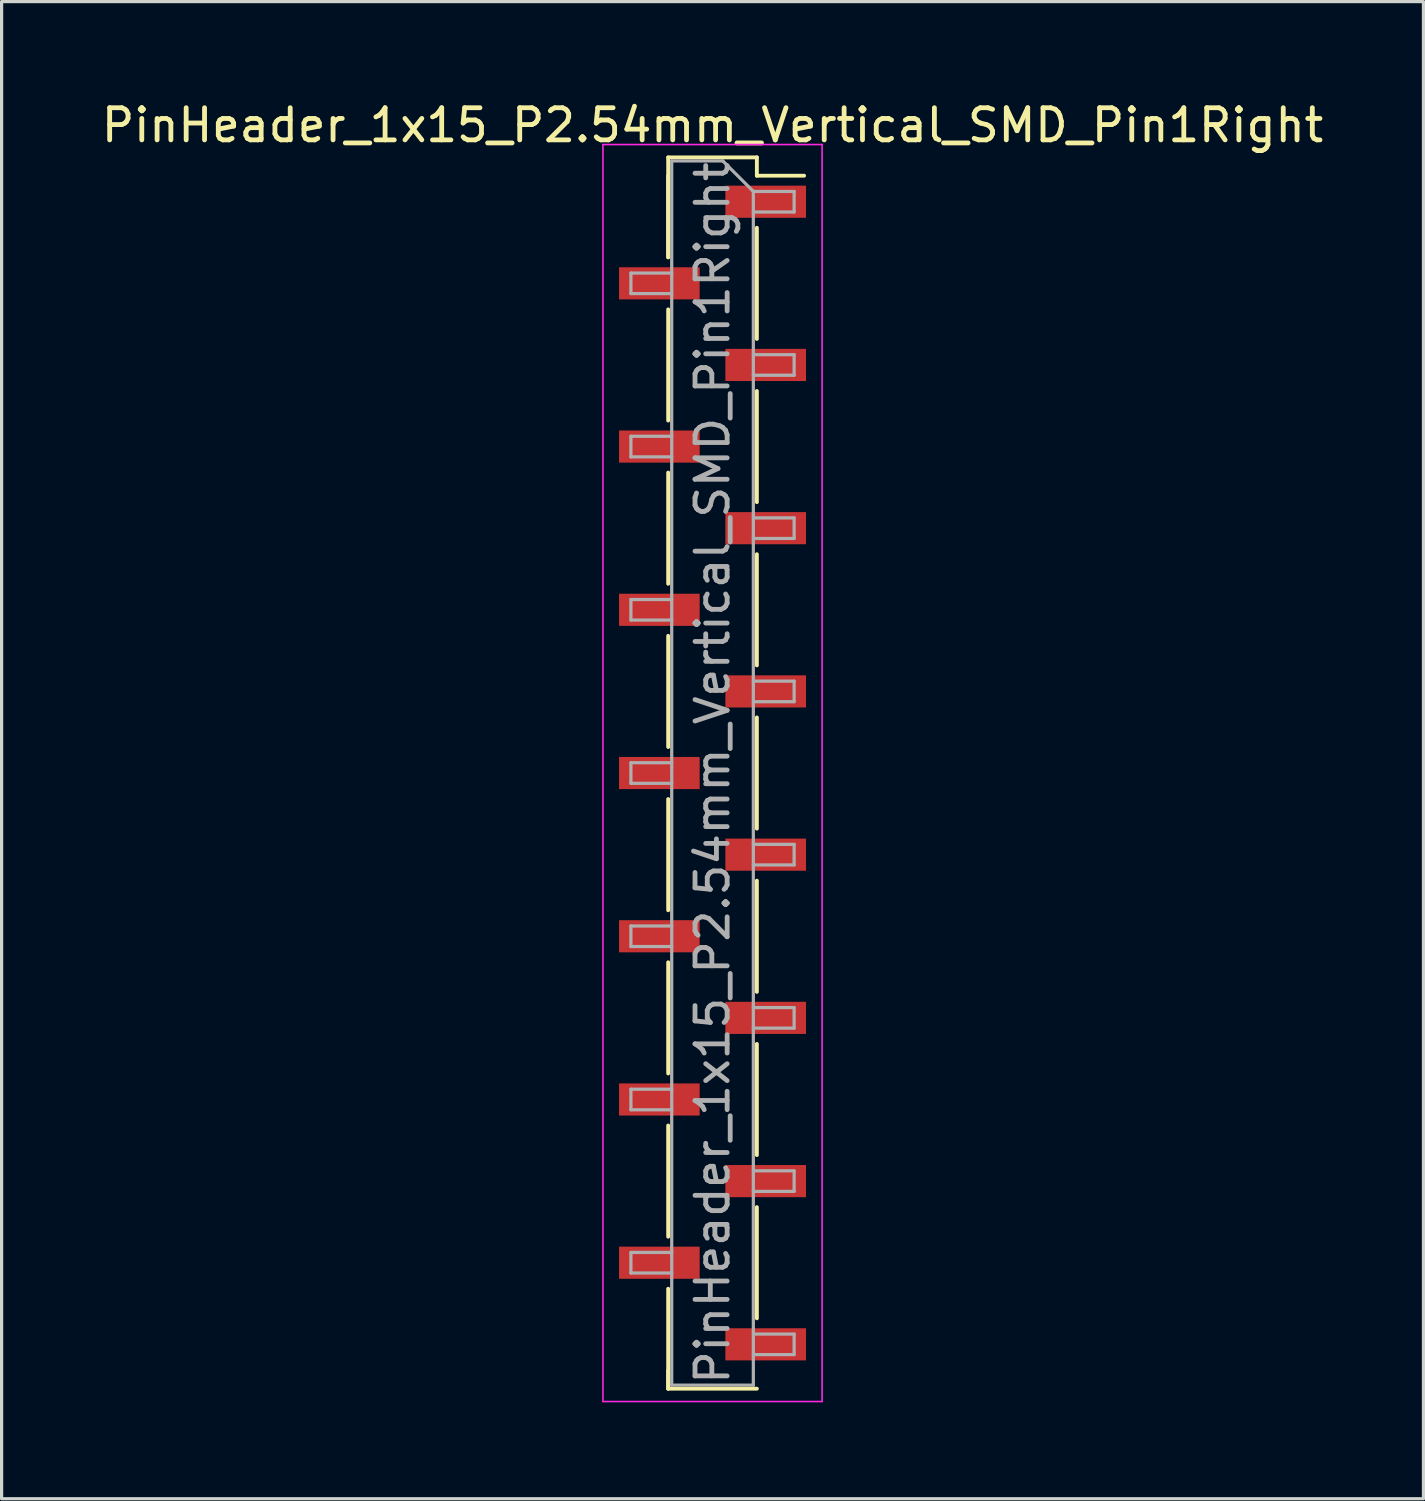
<source format=kicad_pcb>
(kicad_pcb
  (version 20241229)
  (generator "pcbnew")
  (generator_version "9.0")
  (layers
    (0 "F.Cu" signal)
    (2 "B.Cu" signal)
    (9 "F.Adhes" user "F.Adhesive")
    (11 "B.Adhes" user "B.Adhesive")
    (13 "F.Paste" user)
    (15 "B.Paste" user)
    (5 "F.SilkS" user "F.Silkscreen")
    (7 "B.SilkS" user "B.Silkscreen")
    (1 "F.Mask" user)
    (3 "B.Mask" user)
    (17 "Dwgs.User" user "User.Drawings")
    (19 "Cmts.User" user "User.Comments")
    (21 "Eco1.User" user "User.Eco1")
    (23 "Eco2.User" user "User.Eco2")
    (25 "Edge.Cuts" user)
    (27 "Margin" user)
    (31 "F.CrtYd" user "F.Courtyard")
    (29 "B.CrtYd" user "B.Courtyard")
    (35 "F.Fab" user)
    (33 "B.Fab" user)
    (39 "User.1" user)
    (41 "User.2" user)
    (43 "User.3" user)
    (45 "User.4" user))
  (footprint "PinHeader_1x15_P2.54mm_Vertical_SMD_Pin1Right"
    (layer "F.Cu")
    (at 19.125 21.008)
    (property "Reference" "PinHeader_1x15_P2.54mm_Vertical_SMD_Pin1Right" (at 0 -20.16 0) (layer "F.SilkS") (effects (font (size 1 1) (thickness 0.15))))
    (attr smd)
    (fp_line (start -1.38 -19.16) (end -1.38 -16.05) (stroke (width 0.12) (type solid)) (layer "F.SilkS"))
    (fp_line (start -1.38 -19.16) (end 1.38 -19.16) (stroke (width 0.12) (type solid)) (layer "F.SilkS"))
    (fp_line (start -1.38 -18.59) (end -1.38 -16.05) (stroke (width 0.12) (type solid)) (layer "F.SilkS"))
    (fp_line (start -1.38 -14.43) (end -1.38 -10.97) (stroke (width 0.12) (type solid)) (layer "F.SilkS"))
    (fp_line (start -1.38 -9.35) (end -1.38 -5.89) (stroke (width 0.12) (type solid)) (layer "F.SilkS"))
    (fp_line (start -1.38 -4.27) (end -1.38 -0.81) (stroke (width 0.12) (type solid)) (layer "F.SilkS"))
    (fp_line (start -1.38 0.81) (end -1.38 4.27) (stroke (width 0.12) (type solid)) (layer "F.SilkS"))
    (fp_line (start -1.38 5.89) (end -1.38 9.35) (stroke (width 0.12) (type solid)) (layer "F.SilkS"))
    (fp_line (start -1.38 10.97) (end -1.38 14.43) (stroke (width 0.12) (type solid)) (layer "F.SilkS"))
    (fp_line (start -1.38 16.05) (end -1.38 19.16) (stroke (width 0.12) (type solid)) (layer "F.SilkS"))
    (fp_line (start -1.38 18.59) (end -1.38 19.16) (stroke (width 0.12) (type solid)) (layer "F.SilkS"))
    (fp_line (start -1.38 19.16) (end 1.38 19.16) (stroke (width 0.12) (type solid)) (layer "F.SilkS"))
    (fp_line (start 1.38 -19.16) (end 1.38 -18.59) (stroke (width 0.12) (type solid)) (layer "F.SilkS"))
    (fp_line (start 1.38 -18.59) (end 2.85 -18.59) (stroke (width 0.12) (type solid)) (layer "F.SilkS"))
    (fp_line (start 1.38 -16.97) (end 1.38 -13.51) (stroke (width 0.12) (type solid)) (layer "F.SilkS"))
    (fp_line (start 1.38 -11.89) (end 1.38 -8.43) (stroke (width 0.12) (type solid)) (layer "F.SilkS"))
    (fp_line (start 1.38 -6.81) (end 1.38 -3.35) (stroke (width 0.12) (type solid)) (layer "F.SilkS"))
    (fp_line (start 1.38 -1.73) (end 1.38 1.73) (stroke (width 0.12) (type solid)) (layer "F.SilkS"))
    (fp_line (start 1.38 3.35) (end 1.38 6.81) (stroke (width 0.12) (type solid)) (layer "F.SilkS"))
    (fp_line (start 1.38 8.43) (end 1.38 11.89) (stroke (width 0.12) (type solid)) (layer "F.SilkS"))
    (fp_line (start 1.38 13.51) (end 1.38 16.97) (stroke (width 0.12) (type solid)) (layer "F.SilkS"))
    (fp_line (start -3.41 -19.56) (end -3.41 19.56) (stroke (width 0.05) (type solid)) (layer "F.CrtYd"))
    (fp_line (start -3.41 19.56) (end 3.41 19.56) (stroke (width 0.05) (type solid)) (layer "F.CrtYd"))
    (fp_line (start 3.41 -19.56) (end -3.41 -19.56) (stroke (width 0.05) (type solid)) (layer "F.CrtYd"))
    (fp_line (start 3.41 19.56) (end 3.41 -19.56) (stroke (width 0.05) (type solid)) (layer "F.CrtYd"))
    (fp_line (start -2.54 -15.56) (end -2.54 -14.92) (stroke (width 0.1) (type solid)) (layer "F.Fab"))
    (fp_line (start -2.54 -14.92) (end -1.27 -14.92) (stroke (width 0.1) (type solid)) (layer "F.Fab"))
    (fp_line (start -2.54 -10.48) (end -2.54 -9.84) (stroke (width 0.1) (type solid)) (layer "F.Fab"))
    (fp_line (start -2.54 -9.84) (end -1.27 -9.84) (stroke (width 0.1) (type solid)) (layer "F.Fab"))
    (fp_line (start -2.54 -5.4) (end -2.54 -4.76) (stroke (width 0.1) (type solid)) (layer "F.Fab"))
    (fp_line (start -2.54 -4.76) (end -1.27 -4.76) (stroke (width 0.1) (type solid)) (layer "F.Fab"))
    (fp_line (start -2.54 -0.32) (end -2.54 0.32) (stroke (width 0.1) (type solid)) (layer "F.Fab"))
    (fp_line (start -2.54 0.32) (end -1.27 0.32) (stroke (width 0.1) (type solid)) (layer "F.Fab"))
    (fp_line (start -2.54 4.76) (end -2.54 5.4) (stroke (width 0.1) (type solid)) (layer "F.Fab"))
    (fp_line (start -2.54 5.4) (end -1.27 5.4) (stroke (width 0.1) (type solid)) (layer "F.Fab"))
    (fp_line (start -2.54 9.84) (end -2.54 10.48) (stroke (width 0.1) (type solid)) (layer "F.Fab"))
    (fp_line (start -2.54 10.48) (end -1.27 10.48) (stroke (width 0.1) (type solid)) (layer "F.Fab"))
    (fp_line (start -2.54 14.92) (end -2.54 15.56) (stroke (width 0.1) (type solid)) (layer "F.Fab"))
    (fp_line (start -2.54 15.56) (end -1.27 15.56) (stroke (width 0.1) (type solid)) (layer "F.Fab"))
    (fp_line (start -1.27 -19.05) (end -1.27 19.05) (stroke (width 0.1) (type solid)) (layer "F.Fab"))
    (fp_line (start -1.27 -19.05) (end 0.32 -19.05) (stroke (width 0.1) (type solid)) (layer "F.Fab"))
    (fp_line (start -1.27 -15.56) (end -2.54 -15.56) (stroke (width 0.1) (type solid)) (layer "F.Fab"))
    (fp_line (start -1.27 -10.48) (end -2.54 -10.48) (stroke (width 0.1) (type solid)) (layer "F.Fab"))
    (fp_line (start -1.27 -5.4) (end -2.54 -5.4) (stroke (width 0.1) (type solid)) (layer "F.Fab"))
    (fp_line (start -1.27 -0.32) (end -2.54 -0.32) (stroke (width 0.1) (type solid)) (layer "F.Fab"))
    (fp_line (start -1.27 4.76) (end -2.54 4.76) (stroke (width 0.1) (type solid)) (layer "F.Fab"))
    (fp_line (start -1.27 9.84) (end -2.54 9.84) (stroke (width 0.1) (type solid)) (layer "F.Fab"))
    (fp_line (start -1.27 14.92) (end -2.54 14.92) (stroke (width 0.1) (type solid)) (layer "F.Fab"))
    (fp_line (start 1.27 -18.1) (end 0.32 -19.05) (stroke (width 0.1) (type solid)) (layer "F.Fab"))
    (fp_line (start 1.27 -18.1) (end 2.54 -18.1) (stroke (width 0.1) (type solid)) (layer "F.Fab"))
    (fp_line (start 1.27 -13.02) (end 2.54 -13.02) (stroke (width 0.1) (type solid)) (layer "F.Fab"))
    (fp_line (start 1.27 -7.94) (end 2.54 -7.94) (stroke (width 0.1) (type solid)) (layer "F.Fab"))
    (fp_line (start 1.27 -2.86) (end 2.54 -2.86) (stroke (width 0.1) (type solid)) (layer "F.Fab"))
    (fp_line (start 1.27 2.22) (end 2.54 2.22) (stroke (width 0.1) (type solid)) (layer "F.Fab"))
    (fp_line (start 1.27 7.3) (end 2.54 7.3) (stroke (width 0.1) (type solid)) (layer "F.Fab"))
    (fp_line (start 1.27 12.38) (end 2.54 12.38) (stroke (width 0.1) (type solid)) (layer "F.Fab"))
    (fp_line (start 1.27 17.46) (end 2.54 17.46) (stroke (width 0.1) (type solid)) (layer "F.Fab"))
    (fp_line (start 1.27 19.05) (end -1.27 19.05) (stroke (width 0.1) (type solid)) (layer "F.Fab"))
    (fp_line (start 1.27 19.05) (end 1.27 -18.1) (stroke (width 0.1) (type solid)) (layer "F.Fab"))
    (fp_line (start 2.54 -18.1) (end 2.54 -17.46) (stroke (width 0.1) (type solid)) (layer "F.Fab"))
    (fp_line (start 2.54 -17.46) (end 1.27 -17.46) (stroke (width 0.1) (type solid)) (layer "F.Fab"))
    (fp_line (start 2.54 -13.02) (end 2.54 -12.38) (stroke (width 0.1) (type solid)) (layer "F.Fab"))
    (fp_line (start 2.54 -12.38) (end 1.27 -12.38) (stroke (width 0.1) (type solid)) (layer "F.Fab"))
    (fp_line (start 2.54 -7.94) (end 2.54 -7.3) (stroke (width 0.1) (type solid)) (layer "F.Fab"))
    (fp_line (start 2.54 -7.3) (end 1.27 -7.3) (stroke (width 0.1) (type solid)) (layer "F.Fab"))
    (fp_line (start 2.54 -2.86) (end 2.54 -2.22) (stroke (width 0.1) (type solid)) (layer "F.Fab"))
    (fp_line (start 2.54 -2.22) (end 1.27 -2.22) (stroke (width 0.1) (type solid)) (layer "F.Fab"))
    (fp_line (start 2.54 2.22) (end 2.54 2.86) (stroke (width 0.1) (type solid)) (layer "F.Fab"))
    (fp_line (start 2.54 2.86) (end 1.27 2.86) (stroke (width 0.1) (type solid)) (layer "F.Fab"))
    (fp_line (start 2.54 7.3) (end 2.54 7.94) (stroke (width 0.1) (type solid)) (layer "F.Fab"))
    (fp_line (start 2.54 7.94) (end 1.27 7.94) (stroke (width 0.1) (type solid)) (layer "F.Fab"))
    (fp_line (start 2.54 12.38) (end 2.54 13.02) (stroke (width 0.1) (type solid)) (layer "F.Fab"))
    (fp_line (start 2.54 13.02) (end 1.27 13.02) (stroke (width 0.1) (type solid)) (layer "F.Fab"))
    (fp_line (start 2.54 17.46) (end 2.54 18.1) (stroke (width 0.1) (type solid)) (layer "F.Fab"))
    (fp_line (start 2.54 18.1) (end 1.27 18.1) (stroke (width 0.1) (type solid)) (layer "F.Fab"))
    (fp_text user "${REFERENCE}" (at 0 0 90) (layer "F.Fab") (effects (font (size 1 1) (thickness 0.15))))
    (pad "1" smd rect (at 1.655 -17.78) (size 2.51 1) (layers "F.Cu" "F.Mask" "F.Paste"))
    (pad "2" smd rect (at -1.655 -15.24) (size 2.51 1) (layers "F.Cu" "F.Mask" "F.Paste"))
    (pad "3" smd rect (at 1.655 -12.7) (size 2.51 1) (layers "F.Cu" "F.Mask" "F.Paste"))
    (pad "4" smd rect (at -1.655 -10.16) (size 2.51 1) (layers "F.Cu" "F.Mask" "F.Paste"))
    (pad "5" smd rect (at 1.655 -7.62) (size 2.51 1) (layers "F.Cu" "F.Mask" "F.Paste"))
    (pad "6" smd rect (at -1.655 -5.08) (size 2.51 1) (layers "F.Cu" "F.Mask" "F.Paste"))
    (pad "7" smd rect (at 1.655 -2.54) (size 2.51 1) (layers "F.Cu" "F.Mask" "F.Paste"))
    (pad "8" smd rect (at -1.655 0) (size 2.51 1) (layers "F.Cu" "F.Mask" "F.Paste"))
    (pad "9" smd rect (at 1.655 2.54) (size 2.51 1) (layers "F.Cu" "F.Mask" "F.Paste"))
    (pad "10" smd rect (at -1.655 5.08) (size 2.51 1) (layers "F.Cu" "F.Mask" "F.Paste"))
    (pad "11" smd rect (at 1.655 7.62) (size 2.51 1) (layers "F.Cu" "F.Mask" "F.Paste"))
    (pad "12" smd rect (at -1.655 10.16) (size 2.51 1) (layers "F.Cu" "F.Mask" "F.Paste"))
    (pad "13" smd rect (at 1.655 12.7) (size 2.51 1) (layers "F.Cu" "F.Mask" "F.Paste"))
    (pad "14" smd rect (at -1.655 15.24) (size 2.51 1) (layers "F.Cu" "F.Mask" "F.Paste"))
    (pad "15" smd rect (at 1.655 17.78) (size 2.51 1) (layers "F.Cu" "F.Mask" "F.Paste")))
  (gr_rect
    (start -3 -3)
    (end 41.25 43.593)
    (stroke (width 0.1) (type default))
    (fill no)
    (layer "Edge.Cuts")))
</source>
